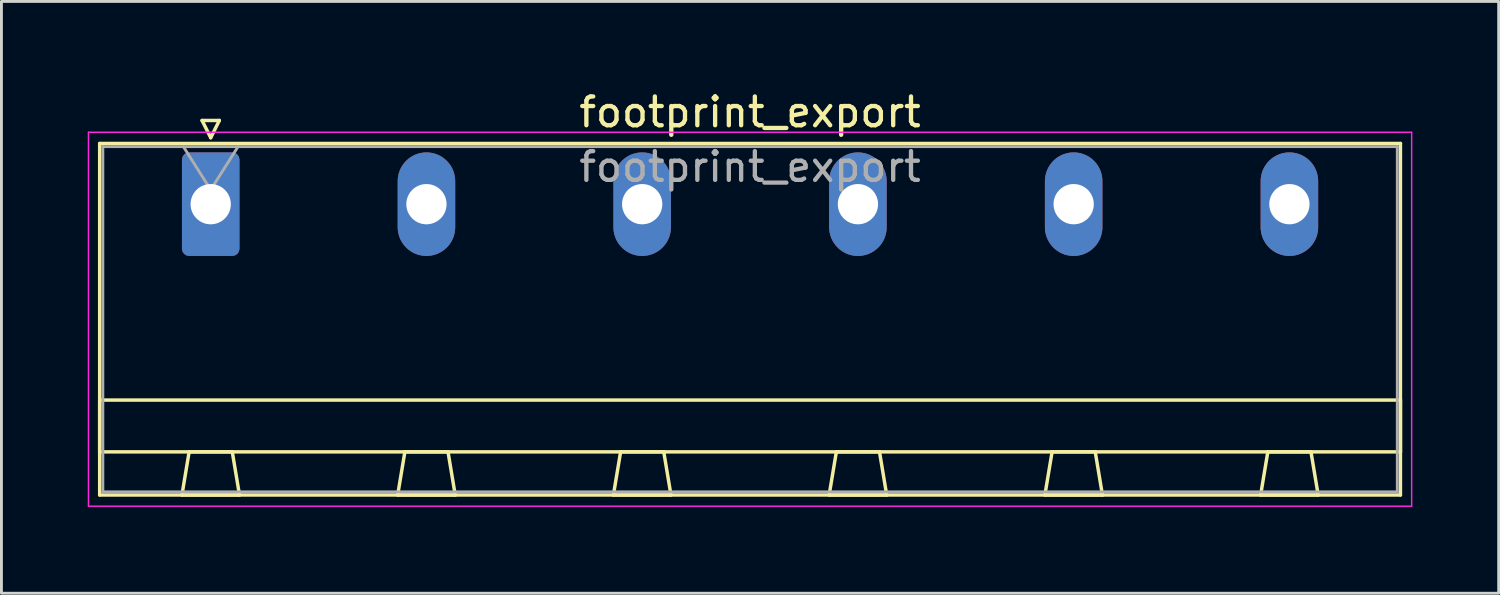
<source format=kicad_pcb>
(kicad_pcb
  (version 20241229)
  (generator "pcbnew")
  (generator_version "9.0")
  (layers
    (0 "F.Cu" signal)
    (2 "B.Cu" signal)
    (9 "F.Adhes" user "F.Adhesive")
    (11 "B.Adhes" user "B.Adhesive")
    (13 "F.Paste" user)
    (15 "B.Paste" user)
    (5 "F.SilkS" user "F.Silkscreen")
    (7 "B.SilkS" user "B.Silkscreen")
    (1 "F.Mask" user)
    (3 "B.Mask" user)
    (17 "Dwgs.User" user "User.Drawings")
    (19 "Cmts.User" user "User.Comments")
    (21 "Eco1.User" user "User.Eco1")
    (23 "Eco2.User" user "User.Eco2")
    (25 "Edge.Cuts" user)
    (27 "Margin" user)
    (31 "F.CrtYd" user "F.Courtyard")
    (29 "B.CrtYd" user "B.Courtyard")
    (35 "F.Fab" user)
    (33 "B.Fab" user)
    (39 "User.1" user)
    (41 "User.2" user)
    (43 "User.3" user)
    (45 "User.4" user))
  (footprint "footprint_export"
    (layer "F.Cu")
    (at 4.275 4.048)
    (property "Reference" "footprint_export" (at 18.75 -3.2 0) (layer "F.SilkS") (effects (font (size 1 1) (thickness 0.15))))
    (attr through_hole)
    (fp_line (start -3.86 -2.11) (end -3.86 10.11) (stroke (width 0.12) (type solid)) (layer "F.SilkS"))
    (fp_line (start -3.86 6.81) (end 41.36 6.81) (stroke (width 0.12) (type solid)) (layer "F.SilkS"))
    (fp_line (start -3.86 8.61) (end -3.86 6.81) (stroke (width 0.12) (type solid)) (layer "F.SilkS"))
    (fp_line (start -3.86 10.11) (end 41.36 10.11) (stroke (width 0.12) (type solid)) (layer "F.SilkS"))
    (fp_line (start -1 10.11) (end 1 10.11) (stroke (width 0.12) (type solid)) (layer "F.SilkS"))
    (fp_line (start -0.75 8.61) (end -1 10.11) (stroke (width 0.12) (type solid)) (layer "F.SilkS"))
    (fp_line (start -0.3 -2.91) (end 0.3 -2.91) (stroke (width 0.12) (type solid)) (layer "F.SilkS"))
    (fp_line (start 0 -2.31) (end -0.3 -2.91) (stroke (width 0.12) (type solid)) (layer "F.SilkS"))
    (fp_line (start 0.3 -2.91) (end 0 -2.31) (stroke (width 0.12) (type solid)) (layer "F.SilkS"))
    (fp_line (start 0.75 8.61) (end -0.75 8.61) (stroke (width 0.12) (type solid)) (layer "F.SilkS"))
    (fp_line (start 1 10.11) (end 0.75 8.61) (stroke (width 0.12) (type solid)) (layer "F.SilkS"))
    (fp_line (start 6.5 10.11) (end 8.5 10.11) (stroke (width 0.12) (type solid)) (layer "F.SilkS"))
    (fp_line (start 6.75 8.61) (end 6.5 10.11) (stroke (width 0.12) (type solid)) (layer "F.SilkS"))
    (fp_line (start 8.25 8.61) (end 6.75 8.61) (stroke (width 0.12) (type solid)) (layer "F.SilkS"))
    (fp_line (start 8.5 10.11) (end 8.25 8.61) (stroke (width 0.12) (type solid)) (layer "F.SilkS"))
    (fp_line (start 14 10.11) (end 16 10.11) (stroke (width 0.12) (type solid)) (layer "F.SilkS"))
    (fp_line (start 14.25 8.61) (end 14 10.11) (stroke (width 0.12) (type solid)) (layer "F.SilkS"))
    (fp_line (start 15.75 8.61) (end 14.25 8.61) (stroke (width 0.12) (type solid)) (layer "F.SilkS"))
    (fp_line (start 16 10.11) (end 15.75 8.61) (stroke (width 0.12) (type solid)) (layer "F.SilkS"))
    (fp_line (start 21.5 10.11) (end 23.5 10.11) (stroke (width 0.12) (type solid)) (layer "F.SilkS"))
    (fp_line (start 21.75 8.61) (end 21.5 10.11) (stroke (width 0.12) (type solid)) (layer "F.SilkS"))
    (fp_line (start 23.25 8.61) (end 21.75 8.61) (stroke (width 0.12) (type solid)) (layer "F.SilkS"))
    (fp_line (start 23.5 10.11) (end 23.25 8.61) (stroke (width 0.12) (type solid)) (layer "F.SilkS"))
    (fp_line (start 29 10.11) (end 31 10.11) (stroke (width 0.12) (type solid)) (layer "F.SilkS"))
    (fp_line (start 29.25 8.61) (end 29 10.11) (stroke (width 0.12) (type solid)) (layer "F.SilkS"))
    (fp_line (start 30.75 8.61) (end 29.25 8.61) (stroke (width 0.12) (type solid)) (layer "F.SilkS"))
    (fp_line (start 31 10.11) (end 30.75 8.61) (stroke (width 0.12) (type solid)) (layer "F.SilkS"))
    (fp_line (start 36.5 10.11) (end 38.5 10.11) (stroke (width 0.12) (type solid)) (layer "F.SilkS"))
    (fp_line (start 36.75 8.61) (end 36.5 10.11) (stroke (width 0.12) (type solid)) (layer "F.SilkS"))
    (fp_line (start 38.25 8.61) (end 36.75 8.61) (stroke (width 0.12) (type solid)) (layer "F.SilkS"))
    (fp_line (start 38.5 10.11) (end 38.25 8.61) (stroke (width 0.12) (type solid)) (layer "F.SilkS"))
    (fp_line (start 41.36 -2.11) (end -3.86 -2.11) (stroke (width 0.12) (type solid)) (layer "F.SilkS"))
    (fp_line (start 41.36 6.81) (end 41.36 8.61) (stroke (width 0.12) (type solid)) (layer "F.SilkS"))
    (fp_line (start 41.36 8.61) (end -3.86 8.61) (stroke (width 0.12) (type solid)) (layer "F.SilkS"))
    (fp_line (start 41.36 10.11) (end 41.36 -2.11) (stroke (width 0.12) (type solid)) (layer "F.SilkS"))
    (fp_line (start -4.25 -2.5) (end -4.25 10.5) (stroke (width 0.05) (type solid)) (layer "F.CrtYd"))
    (fp_line (start -4.25 10.5) (end 41.75 10.5) (stroke (width 0.05) (type solid)) (layer "F.CrtYd"))
    (fp_line (start 41.75 -2.5) (end -4.25 -2.5) (stroke (width 0.05) (type solid)) (layer "F.CrtYd"))
    (fp_line (start 41.75 10.5) (end 41.75 -2.5) (stroke (width 0.05) (type solid)) (layer "F.CrtYd"))
    (fp_line (start -3.75 -2) (end -3.75 10) (stroke (width 0.1) (type solid)) (layer "F.Fab"))
    (fp_line (start -3.75 10) (end 41.25 10) (stroke (width 0.1) (type solid)) (layer "F.Fab"))
    (fp_line (start 0 -0.5) (end -0.95 -2) (stroke (width 0.1) (type solid)) (layer "F.Fab"))
    (fp_line (start 0.95 -2) (end 0 -0.5) (stroke (width 0.1) (type solid)) (layer "F.Fab"))
    (fp_line (start 41.25 -2) (end -3.75 -2) (stroke (width 0.1) (type solid)) (layer "F.Fab"))
    (fp_line (start 41.25 10) (end 41.25 -2) (stroke (width 0.1) (type solid)) (layer "F.Fab"))
    (fp_text user "${REFERENCE}" (at 18.75 -1.3 0) (layer "F.Fab") (effects (font (size 1 1) (thickness 0.15))))
    (pad "1" thru_hole roundrect (at 0 0) (size 2 3.6) (drill 1.4) (layers "*.Cu" "*.Mask") (roundrect_rratio 0.125))
    (pad "2" thru_hole oval (at 7.5 0) (size 2 3.6) (drill 1.4) (layers "*.Cu" "*.Mask"))
    (pad "3" thru_hole oval (at 15 0) (size 2 3.6) (drill 1.4) (layers "*.Cu" "*.Mask"))
    (pad "4" thru_hole oval (at 22.5 0) (size 2 3.6) (drill 1.4) (layers "*.Cu" "*.Mask"))
    (pad "5" thru_hole oval (at 30 0) (size 2 3.6) (drill 1.4) (layers "*.Cu" "*.Mask"))
    (pad "6" thru_hole oval (at 37.5 0) (size 2 3.6) (drill 1.4) (layers "*.Cu" "*.Mask")))
  (gr_rect
    (start -3 -3)
    (end 49.05 17.573)
    (stroke (width 0.1) (type default))
    (fill no)
    (layer "Edge.Cuts")))
</source>
